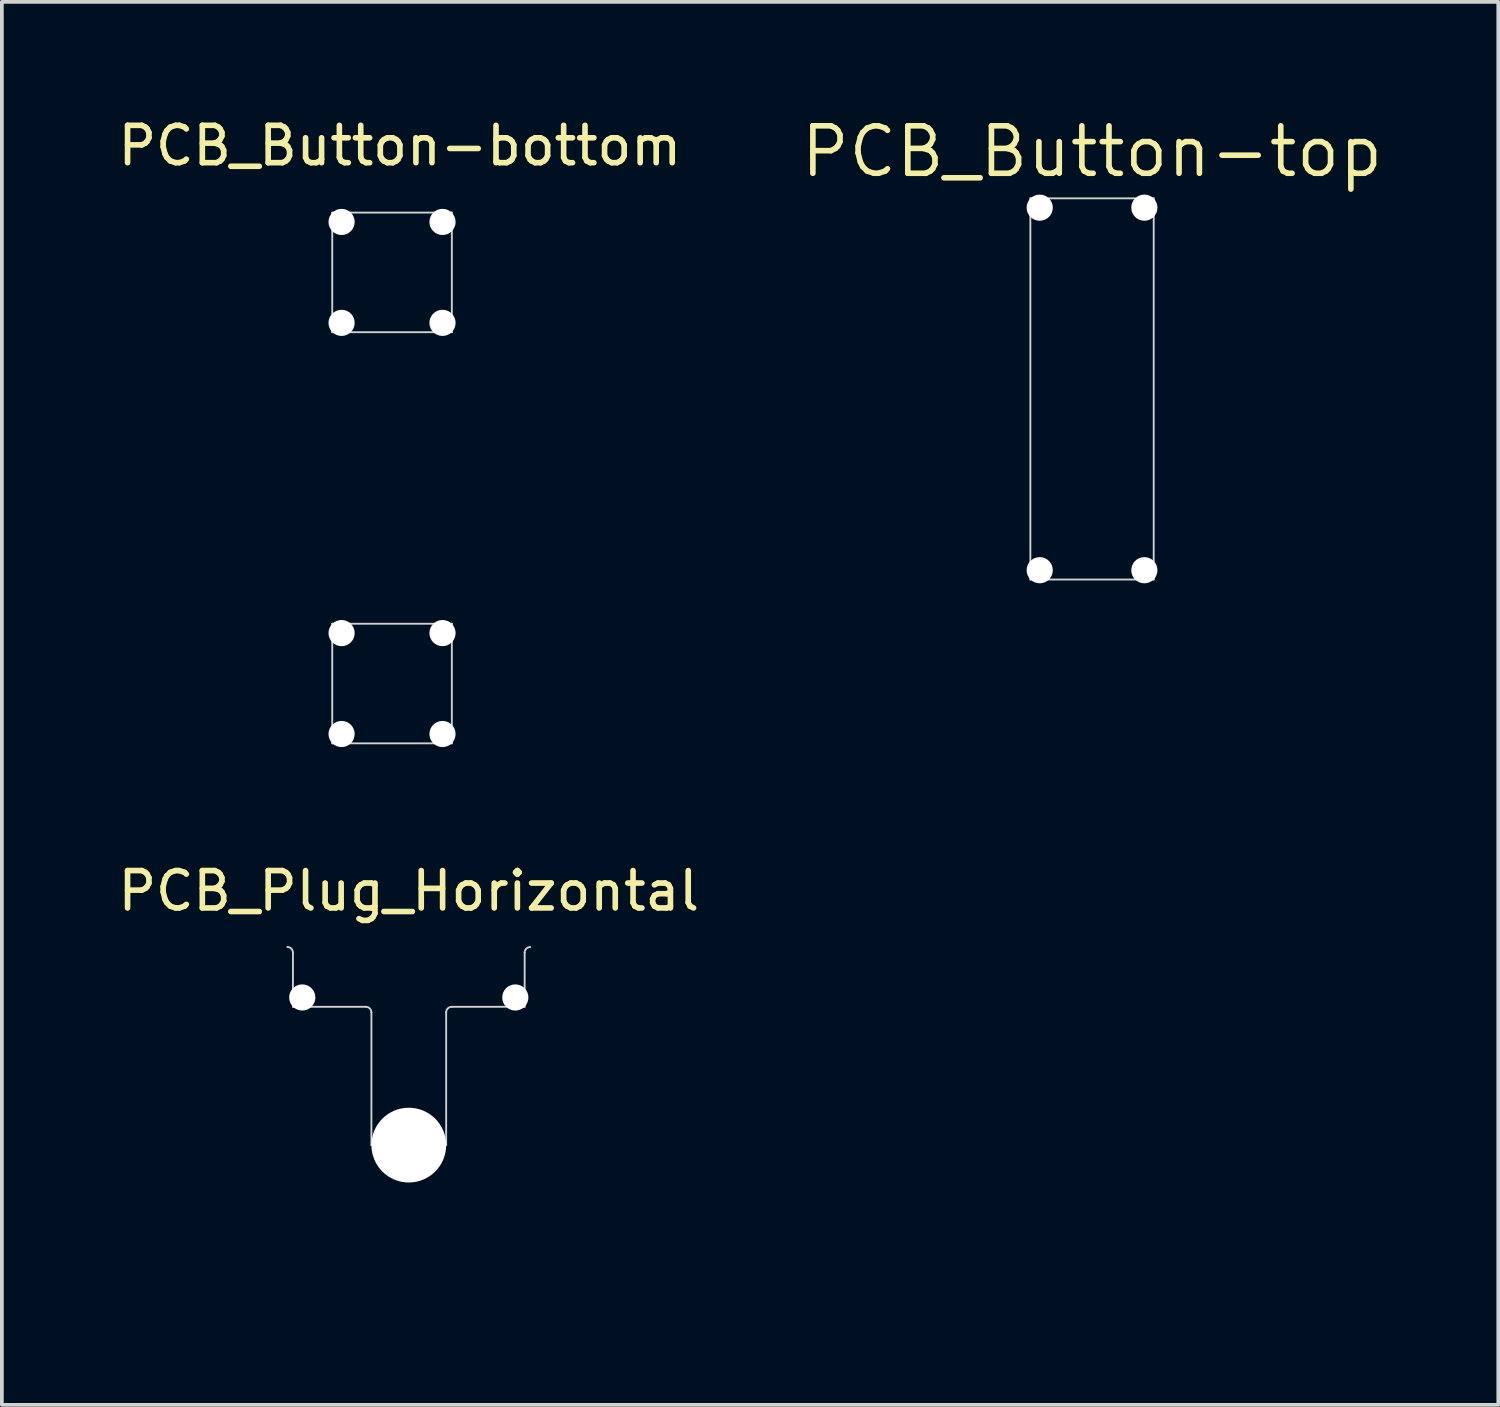
<source format=kicad_pcb>
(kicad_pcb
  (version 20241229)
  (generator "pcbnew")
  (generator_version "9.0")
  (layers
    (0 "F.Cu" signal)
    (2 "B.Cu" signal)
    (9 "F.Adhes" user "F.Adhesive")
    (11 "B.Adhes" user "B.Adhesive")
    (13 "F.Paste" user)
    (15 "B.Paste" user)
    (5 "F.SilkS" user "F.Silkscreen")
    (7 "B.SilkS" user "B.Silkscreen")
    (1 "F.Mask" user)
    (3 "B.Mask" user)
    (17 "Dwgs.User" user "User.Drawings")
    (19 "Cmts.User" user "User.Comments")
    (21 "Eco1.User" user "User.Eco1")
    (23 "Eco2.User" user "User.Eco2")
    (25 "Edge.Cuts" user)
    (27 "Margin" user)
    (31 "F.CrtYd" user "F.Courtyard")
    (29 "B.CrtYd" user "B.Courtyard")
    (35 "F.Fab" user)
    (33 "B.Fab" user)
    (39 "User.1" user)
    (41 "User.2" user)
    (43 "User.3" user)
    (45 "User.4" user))
  (footprint "PCB_Button-top"
    (layer "F.Cu")
    (at 26.167 7.356)
    (property "Reference" "PCB_Button-top" (at 0 -6.35 0) (layer "F.SilkS") (effects (font (size 1.27 1.27) (thickness 0.15))))
    (attr exclude_from_pos_files exclude_from_bom allow_missing_courtyard)
    (fp_line (start -1.65 -5.1) (end 1.65 -5.1) (stroke (width 0.05) (type solid)) (layer "Edge.Cuts"))
    (fp_line (start -1.65 5.1) (end -1.65 -5.1) (stroke (width 0.05) (type solid)) (layer "Edge.Cuts"))
    (fp_line (start 1.65 -5.1) (end 1.65 5.1) (stroke (width 0.05) (type solid)) (layer "Edge.Cuts"))
    (fp_line (start 1.65 5.1) (end -1.65 5.1) (stroke (width 0.05) (type solid)) (layer "Edge.Cuts"))
    (pad "" np_thru_hole circle (at -1.4 -4.85) (size 0.7 0.7) (drill 0.7) (layers "*.Cu" "*.Mask"))
    (pad "" np_thru_hole circle (at -1.4 4.85) (size 0.7 0.7) (drill 0.7) (layers "*.Cu" "*.Mask"))
    (pad "" np_thru_hole circle (at 1.4 -4.85) (size 0.7 0.7) (drill 0.7) (layers "*.Cu" "*.Mask"))
    (pad "" np_thru_hole circle (at 1.4 4.85) (size 0.7 0.7) (drill 0.7) (layers "*.Cu" "*.Mask")))
  (footprint "PCB_Plug_Horizontal"
    (layer "F.Cu")
    (at 7.887 31.287)
    (property "Reference" "PCB_Plug_Horizontal" (at 0 -10.5 0) (unlocked yes) (layer "F.SilkS") (effects (font (size 1 1) (thickness 0.15))))
    (attr exclude_from_bom allow_missing_courtyard)
    (fp_line (start -3.1 -8.85) (end -3.1 -7.4) (stroke (width 0.05) (type solid)) (layer "Edge.Cuts"))
    (fp_line (start -3.1 -7.4) (end -1.15 -7.4) (stroke (width 0.05) (type solid)) (layer "Edge.Cuts"))
    (fp_line (start -1 -7.25) (end -1 -3.7) (stroke (width 0.05) (type solid)) (layer "Edge.Cuts"))
    (fp_line (start -1 -3.7) (end 1 -3.7) (stroke (width 0.05) (type solid)) (layer "Edge.Cuts"))
    (fp_line (start 1 -3.7) (end 1 -7.25) (stroke (width 0.05) (type solid)) (layer "Edge.Cuts"))
    (fp_line (start 1.15 -7.4) (end 3.1 -7.4) (stroke (width 0.05) (type solid)) (layer "Edge.Cuts"))
    (fp_line (start 3.1 -7.4) (end 3.1 -8.85) (stroke (width 0.05) (type solid)) (layer "Edge.Cuts"))
    (fp_arc (start -3.25 -9) (mid -3.143934 -8.956066) (end -3.1 -8.85) (stroke (width 0.05) (type solid)) (layer "Edge.Cuts"))
    (fp_arc (start -1.15 -7.4) (mid -1.043934 -7.356066) (end -1 -7.25) (stroke (width 0.05) (type solid)) (layer "Edge.Cuts"))
    (fp_arc (start 1 -7.25) (mid 1.043934 -7.356066) (end 1.15 -7.4) (stroke (width 0.05) (type solid)) (layer "Edge.Cuts"))
    (fp_arc (start 3.1 -8.85) (mid 3.143934 -8.956066) (end 3.25 -9) (stroke (width 0.05) (type solid)) (layer "Edge.Cuts"))
    (pad "" np_thru_hole circle (at -2.85 -7.65) (size 0.7 0.7) (drill 0.7) (layers "*.Cu"))
    (pad "" np_thru_hole circle (at 0 -3.7) (size 2 2) (drill 2) (layers "*.Cu"))
    (pad "" np_thru_hole circle (at 2.85 -7.65) (size 0.7 0.7) (drill 0.7) (layers "*.Cu")))
  (footprint "PCB_Button-bottom"
    (layer "F.Cu")
    (at 7.439 9.738)
    (property "Reference" "PCB_Button-bottom" (at 0.21 -8.89 0) (layer "F.SilkS") (effects (font (size 1 1) (thickness 0.15))))
    (attr exclude_from_pos_files exclude_from_bom allow_missing_courtyard)
    (fp_line (start -1.6 -7.1) (end -1.6 -3.9) (stroke (width 0.05) (type solid)) (layer "Edge.Cuts"))
    (fp_line (start -1.6 -3.9) (end 1.6 -3.9) (stroke (width 0.05) (type solid)) (layer "Edge.Cuts"))
    (fp_line (start -1.6 3.9) (end -1.6 7.1) (stroke (width 0.05) (type solid)) (layer "Edge.Cuts"))
    (fp_line (start -1.6 7.1) (end 1.6 7.1) (stroke (width 0.05) (type solid)) (layer "Edge.Cuts"))
    (fp_line (start 1.6 -7.1) (end -1.6 -7.1) (stroke (width 0.05) (type solid)) (layer "Edge.Cuts"))
    (fp_line (start 1.6 -3.9) (end 1.6 -7.1) (stroke (width 0.05) (type solid)) (layer "Edge.Cuts"))
    (fp_line (start 1.6 3.9) (end -1.6 3.9) (stroke (width 0.05) (type solid)) (layer "Edge.Cuts"))
    (fp_line (start 1.6 7.1) (end 1.6 3.9) (stroke (width 0.05) (type solid)) (layer "Edge.Cuts"))
    (pad "" np_thru_hole circle (at -1.35 -6.85) (size 0.7 0.7) (drill 0.7) (layers "*.Cu" "*.Mask"))
    (pad "" np_thru_hole circle (at -1.35 -4.15) (size 0.7 0.7) (drill 0.7) (layers "*.Cu" "*.Mask"))
    (pad "" np_thru_hole circle (at -1.35 4.15) (size 0.7 0.7) (drill 0.7) (layers "*.Cu" "*.Mask"))
    (pad "" np_thru_hole circle (at -1.35 6.85) (size 0.7 0.7) (drill 0.7) (layers "*.Cu" "*.Mask"))
    (pad "" np_thru_hole circle (at 1.35 -6.85) (size 0.7 0.7) (drill 0.7) (layers "*.Cu" "*.Mask"))
    (pad "" np_thru_hole circle (at 1.35 -4.15) (size 0.7 0.7) (drill 0.7) (layers "*.Cu" "*.Mask"))
    (pad "" np_thru_hole circle (at 1.35 4.15) (size 0.7 0.7) (drill 0.7) (layers "*.Cu" "*.Mask"))
    (pad "" np_thru_hole circle (at 1.35 6.85) (size 0.7 0.7) (drill 0.7) (layers "*.Cu" "*.Mask")))
  (gr_rect
    (start -3 -3)
    (end 37.036 34.536)
    (stroke (width 0.1) (type default))
    (fill no)
    (layer "Edge.Cuts")))
</source>
